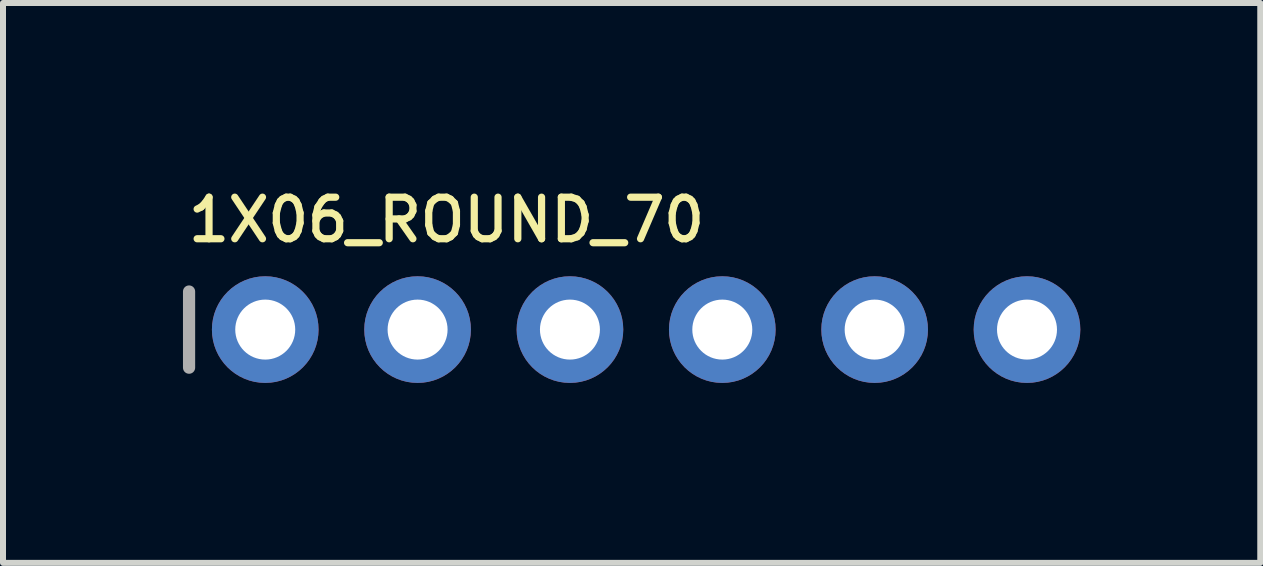
<source format=kicad_pcb>
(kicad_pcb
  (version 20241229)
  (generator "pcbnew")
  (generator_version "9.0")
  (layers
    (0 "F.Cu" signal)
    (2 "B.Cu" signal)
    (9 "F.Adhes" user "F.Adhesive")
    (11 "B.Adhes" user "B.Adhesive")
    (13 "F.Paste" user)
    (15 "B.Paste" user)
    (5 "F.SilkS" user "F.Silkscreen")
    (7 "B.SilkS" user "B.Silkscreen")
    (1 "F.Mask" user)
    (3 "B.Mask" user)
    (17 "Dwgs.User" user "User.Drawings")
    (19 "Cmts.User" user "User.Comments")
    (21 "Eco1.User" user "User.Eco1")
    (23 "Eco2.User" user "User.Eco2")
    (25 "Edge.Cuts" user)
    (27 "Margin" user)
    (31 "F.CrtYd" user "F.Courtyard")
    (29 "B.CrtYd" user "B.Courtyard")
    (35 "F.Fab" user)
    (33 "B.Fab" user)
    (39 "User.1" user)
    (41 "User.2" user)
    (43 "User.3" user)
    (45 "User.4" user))
  (footprint "1X06_ROUND_70"
    (layer "F.Cu")
    (at 7.722 2.445)
    (property "Reference" "1X06_ROUND_70" (at -7.696 -1.829 0) (layer "F.SilkS") (effects (font (size 0.693 0.693) (thickness 0.12)) (justify left)))
    (fp_line (start -7.62 -0.635) (end -7.62 0.635) (stroke (width 0.203) (type solid)) (layer "F.Fab"))
    (fp_poly (pts (xy -6.604 0.254) (xy -6.096 0.254) (xy -6.096 -0.254) (xy -6.604 -0.254)) (stroke (width 0.1) (type solid)) (fill no) (layer "F.Fab"))
    (fp_poly (pts (xy -4.064 0.254) (xy -3.556 0.254) (xy -3.556 -0.254) (xy -4.064 -0.254)) (stroke (width 0.1) (type solid)) (fill no) (layer "F.Fab"))
    (fp_poly (pts (xy -1.524 0.254) (xy -1.016 0.254) (xy -1.016 -0.254) (xy -1.524 -0.254)) (stroke (width 0.1) (type solid)) (fill no) (layer "F.Fab"))
    (fp_poly (pts (xy 1.016 0.254) (xy 1.524 0.254) (xy 1.524 -0.254) (xy 1.016 -0.254)) (stroke (width 0.1) (type solid)) (fill no) (layer "F.Fab"))
    (fp_poly (pts (xy 3.556 0.254) (xy 4.064 0.254) (xy 4.064 -0.254) (xy 3.556 -0.254)) (stroke (width 0.1) (type solid)) (fill no) (layer "F.Fab"))
    (fp_poly (pts (xy 6.096 0.254) (xy 6.604 0.254) (xy 6.604 -0.254) (xy 6.096 -0.254)) (stroke (width 0.1) (type solid)) (fill no) (layer "F.Fab"))
    (pad "1" thru_hole circle (at -6.35 0 90) (size 1.778 1.778) (drill 1) (layers "*.Cu" "*.Mask"))
    (pad "2" thru_hole circle (at -3.81 0 90) (size 1.778 1.778) (drill 1) (layers "*.Cu" "*.Mask"))
    (pad "3" thru_hole circle (at -1.27 0 90) (size 1.778 1.778) (drill 1) (layers "*.Cu" "*.Mask"))
    (pad "4" thru_hole circle (at 1.27 0 90) (size 1.778 1.778) (drill 1) (layers "*.Cu" "*.Mask"))
    (pad "5" thru_hole circle (at 3.81 0 90) (size 1.778 1.778) (drill 1) (layers "*.Cu" "*.Mask"))
    (pad "6" thru_hole circle (at 6.35 0 90) (size 1.778 1.778) (drill 1) (layers "*.Cu" "*.Mask")))
  (gr_rect
    (start -3 -3)
    (end 17.961 6.334)
    (stroke (width 0.1) (type default))
    (fill no)
    (layer "Edge.Cuts")))
</source>
